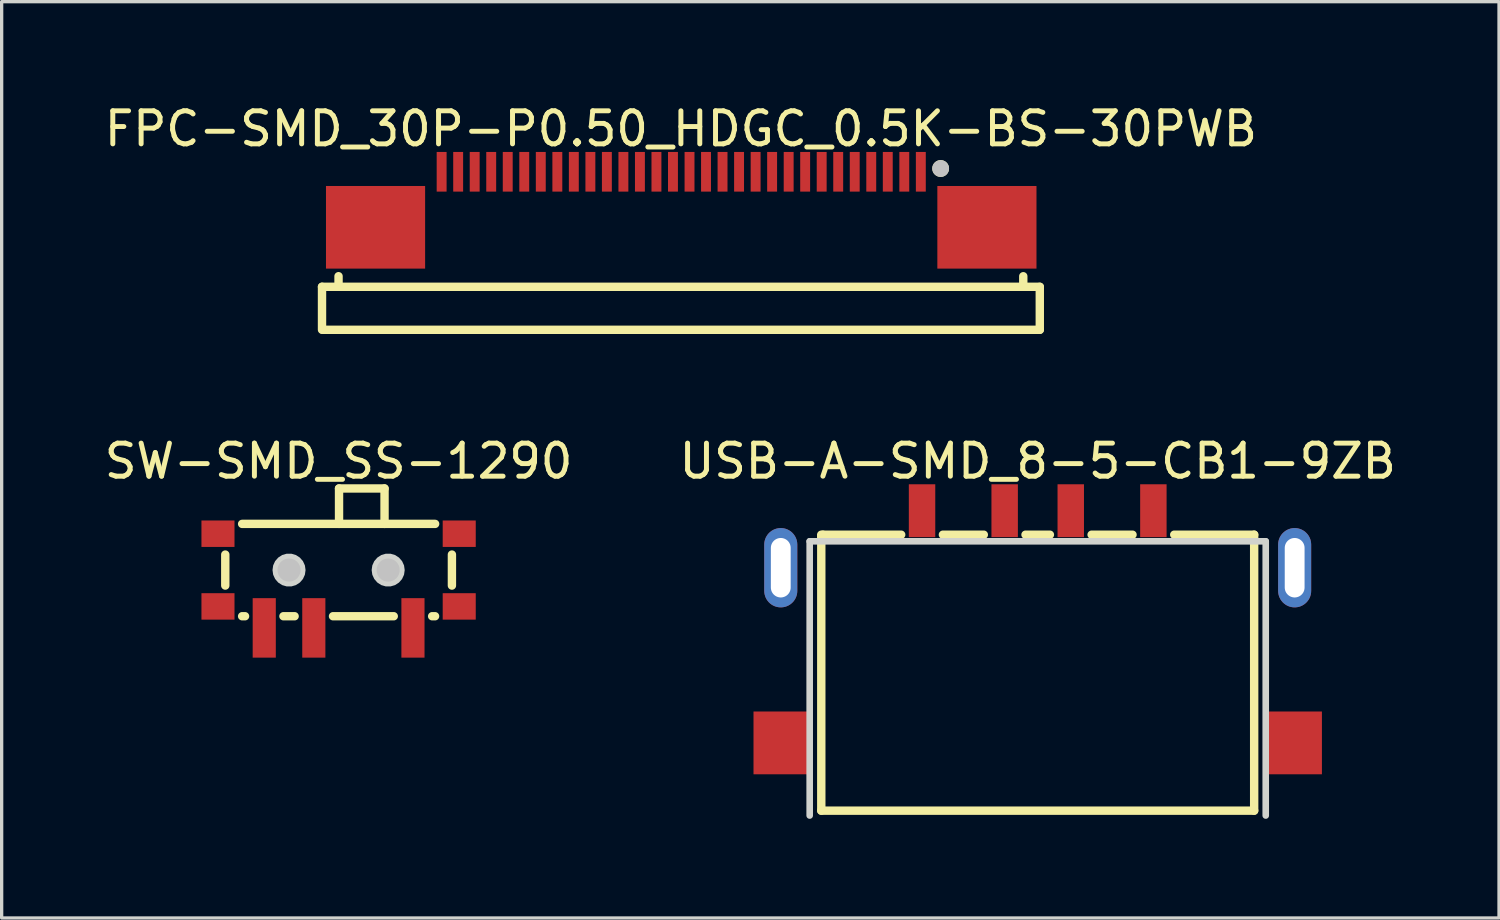
<source format=kicad_pcb>
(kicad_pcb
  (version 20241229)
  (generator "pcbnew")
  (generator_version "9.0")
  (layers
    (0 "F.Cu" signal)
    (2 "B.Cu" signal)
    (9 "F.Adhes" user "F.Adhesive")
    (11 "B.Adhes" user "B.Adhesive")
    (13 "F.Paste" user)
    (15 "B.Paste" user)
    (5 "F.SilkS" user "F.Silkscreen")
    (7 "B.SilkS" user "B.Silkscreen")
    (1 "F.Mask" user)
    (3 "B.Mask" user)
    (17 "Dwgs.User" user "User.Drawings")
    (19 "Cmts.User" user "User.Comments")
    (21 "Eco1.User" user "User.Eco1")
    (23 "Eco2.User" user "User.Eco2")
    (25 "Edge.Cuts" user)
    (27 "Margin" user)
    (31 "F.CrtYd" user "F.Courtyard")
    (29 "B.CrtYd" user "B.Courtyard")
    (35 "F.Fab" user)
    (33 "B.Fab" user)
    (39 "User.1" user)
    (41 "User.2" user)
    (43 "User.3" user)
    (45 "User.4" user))
  (footprint "FPC-SMD_30P-P0.50_HDGC_0.5K-BS-30PWB"
    (layer "F.Cu")
    (at 17.564 2.988)
    (property "Reference" "FPC-SMD_30P-P0.50_HDGC_0.5K-BS-30PWB" (at -0.01 -2.14 0) (unlocked yes) (layer "F.SilkS") (effects (font (size 1 1) (thickness 0.15))))
    (fp_line (start -10.87 2.64) (end -10.37 2.64) (stroke (width 0.254) (type default)) (layer "F.SilkS"))
    (fp_line (start -10.87 3.94) (end -10.87 2.64) (stroke (width 0.254) (type default)) (layer "F.SilkS"))
    (fp_line (start -10.37 2.64) (end -10.37 2.32) (stroke (width 0.254) (type default)) (layer "F.SilkS"))
    (fp_line (start -10.35 2.641) (end 10.35 2.641) (stroke (width 0.254) (type default)) (layer "F.SilkS"))
    (fp_line (start 10.35 2.641) (end 10.35 2.321) (stroke (width 0.254) (type default)) (layer "F.SilkS"))
    (fp_line (start 10.85 2.641) (end 10.35 2.641) (stroke (width 0.254) (type default)) (layer "F.SilkS"))
    (fp_line (start 10.85 3.941) (end -10.85 3.941) (stroke (width 0.254) (type default)) (layer "F.SilkS"))
    (fp_line (start 10.85 3.941) (end 10.85 2.641) (stroke (width 0.254) (type default)) (layer "F.SilkS"))
    (fp_circle (center 7.85 -0.939) (end 7.977 -0.939) (stroke (width 0.254) (type default)) (fill no) (layer "F.SilkS"))
    (fp_circle (center 7.85 -0.939) (end 7.977 -0.939) (stroke (width 0.254) (type default)) (fill no) (layer "Dwgs.User"))
    (fp_line (start -10.85 -0.428) (end 10.85 -0.428) (stroke (width 0.051) (type default)) (layer "User.2"))
    (fp_line (start -10.85 3.971) (end -10.85 -0.428) (stroke (width 0.051) (type default)) (layer "User.2"))
    (fp_line (start 10.85 -0.428) (end 10.85 3.971) (stroke (width 0.051) (type default)) (layer "User.2"))
    (fp_line (start 10.85 3.971) (end -10.85 3.971) (stroke (width 0.051) (type default)) (layer "User.2"))
    (fp_poly (pts (xy 10.91 -1.329) (xy 10.892 -1.371) (xy 10.85 -1.389) (xy 10.808 -1.371) (xy 10.79 -1.329) (xy 10.808 -1.286) (xy 10.85 -1.268) (xy 10.892 -1.286)) (stroke (width 0.1) (type default)) (fill no) (layer "User.3"))
    (pad "1" smd rect (at 7.25 -0.84) (size 0.3 1.2) (layers "F.Cu" "F.Mask" "F.Paste"))
    (pad "2" smd rect (at 6.75 -0.84) (size 0.3 1.2) (layers "F.Cu" "F.Mask" "F.Paste"))
    (pad "3" smd rect (at 6.25 -0.84) (size 0.3 1.2) (layers "F.Cu" "F.Mask" "F.Paste"))
    (pad "4" smd rect (at 5.75 -0.84) (size 0.3 1.2) (layers "F.Cu" "F.Mask" "F.Paste"))
    (pad "5" smd rect (at 5.25 -0.84) (size 0.3 1.2) (layers "F.Cu" "F.Mask" "F.Paste"))
    (pad "6" smd rect (at 4.75 -0.84) (size 0.3 1.2) (layers "F.Cu" "F.Mask" "F.Paste"))
    (pad "7" smd rect (at 4.25 -0.84) (size 0.3 1.2) (layers "F.Cu" "F.Mask" "F.Paste"))
    (pad "8" smd rect (at 3.75 -0.84) (size 0.3 1.2) (layers "F.Cu" "F.Mask" "F.Paste"))
    (pad "9" smd rect (at 3.251 -0.84) (size 0.3 1.2) (layers "F.Cu" "F.Mask" "F.Paste"))
    (pad "10" smd rect (at 2.75 -0.84) (size 0.3 1.2) (layers "F.Cu" "F.Mask" "F.Paste"))
    (pad "11" smd rect (at 2.251 -0.84) (size 0.3 1.2) (layers "F.Cu" "F.Mask" "F.Paste"))
    (pad "12" smd rect (at 1.75 -0.84) (size 0.3 1.2) (layers "F.Cu" "F.Mask" "F.Paste"))
    (pad "13" smd rect (at 1.25 -0.84) (size 0.3 1.2) (layers "F.Cu" "F.Mask" "F.Paste"))
    (pad "14" smd rect (at 0.75 -0.84) (size 0.3 1.2) (layers "F.Cu" "F.Mask" "F.Paste"))
    (pad "15" smd rect (at 0.251 -0.84) (size 0.3 1.2) (layers "F.Cu" "F.Mask" "F.Paste"))
    (pad "16" smd rect (at -0.25 -0.84) (size 0.3 1.2) (layers "F.Cu" "F.Mask" "F.Paste"))
    (pad "17" smd rect (at -0.75 -0.84) (size 0.3 1.2) (layers "F.Cu" "F.Mask" "F.Paste"))
    (pad "18" smd rect (at -1.25 -0.84) (size 0.3 1.2) (layers "F.Cu" "F.Mask" "F.Paste"))
    (pad "19" smd rect (at -1.75 -0.84) (size 0.3 1.2) (layers "F.Cu" "F.Mask" "F.Paste"))
    (pad "20" smd rect (at -2.25 -0.84) (size 0.3 1.2) (layers "F.Cu" "F.Mask" "F.Paste"))
    (pad "21" smd rect (at -2.749 -0.84) (size 0.3 1.2) (layers "F.Cu" "F.Mask" "F.Paste"))
    (pad "22" smd rect (at -3.25 -0.84) (size 0.3 1.2) (layers "F.Cu" "F.Mask" "F.Paste"))
    (pad "23" smd rect (at -3.749 -0.84) (size 0.3 1.2) (layers "F.Cu" "F.Mask" "F.Paste"))
    (pad "24" smd rect (at -4.25 -0.84) (size 0.3 1.2) (layers "F.Cu" "F.Mask" "F.Paste"))
    (pad "25" smd rect (at -4.75 -0.84) (size 0.3 1.2) (layers "F.Cu" "F.Mask" "F.Paste"))
    (pad "26" smd rect (at -5.25 -0.84) (size 0.3 1.2) (layers "F.Cu" "F.Mask" "F.Paste"))
    (pad "27" smd rect (at -5.75 -0.84) (size 0.3 1.2) (layers "F.Cu" "F.Mask" "F.Paste"))
    (pad "28" smd rect (at -6.25 -0.84) (size 0.3 1.2) (layers "F.Cu" "F.Mask" "F.Paste"))
    (pad "29" smd rect (at -6.75 -0.84) (size 0.3 1.2) (layers "F.Cu" "F.Mask" "F.Paste"))
    (pad "30" smd rect (at -7.25 -0.84) (size 0.3 1.2) (layers "F.Cu" "F.Mask" "F.Paste"))
    (pad "31" smd rect (at -9.25 0.84) (size 3 2.5) (layers "F.Cu" "F.Mask" "F.Paste"))
    (pad "32" smd rect (at 9.25 0.84) (size 3 2.5) (layers "F.Cu" "F.Mask" "F.Paste")))
  (footprint "SW-SMD_SS-1290"
    (layer "F.Cu")
    (at 7.196 14.525)
    (property "Reference" "SW-SMD_SS-1290" (at 0 -3.621 0) (unlocked yes) (layer "F.SilkS") (effects (font (size 1 1) (thickness 0.15))))
    (fp_line (start -3.429 -0.794) (end -3.429 0.144) (stroke (width 0.254) (type default)) (layer "F.SilkS"))
    (fp_line (start -2.919 1.072) (end -2.831 1.072) (stroke (width 0.254) (type default)) (layer "F.SilkS"))
    (fp_line (start -1.669 1.072) (end -1.331 1.072) (stroke (width 0.254) (type default)) (layer "F.SilkS"))
    (fp_line (start -0.169 1.072) (end 1.669 1.072) (stroke (width 0.254) (type default)) (layer "F.SilkS"))
    (fp_line (start 0.013 -2.794) (end 1.39 -2.794) (stroke (width 0.254) (type default)) (layer "F.SilkS"))
    (fp_line (start 0.013 -1.722) (end 0.013 -2.794) (stroke (width 0.254) (type default)) (layer "F.SilkS"))
    (fp_line (start 1.39 -2.794) (end 1.39 -1.722) (stroke (width 0.254) (type default)) (layer "F.SilkS"))
    (fp_line (start 2.831 1.072) (end 2.919 1.072) (stroke (width 0.254) (type default)) (layer "F.SilkS"))
    (fp_line (start 2.921 -1.722) (end -2.919 -1.722) (stroke (width 0.254) (type default)) (layer "F.SilkS"))
    (fp_line (start 3.429 -0.794) (end 3.429 0.144) (stroke (width 0.254) (type default)) (layer "F.SilkS"))
    (fp_circle (center -1.5 -0.325) (end -1.325 -0.325) (stroke (width 0.35) (type default)) (fill no) (layer "Dwgs.User"))
    (fp_circle (center 1.5 -0.325) (end 1.675 -0.325) (stroke (width 0.35) (type default)) (fill no) (layer "Dwgs.User"))
    (fp_poly (pts (xy -1 -0.325) (xy -1.02 -0.466) (xy -1.079 -0.595) (xy -1.173 -0.703) (xy -1.292 -0.78) (xy -1.429 -0.82) (xy -1.571 -0.82) (xy -1.708 -0.78) (xy -1.827 -0.703) (xy -1.921 -0.595) (xy -1.98 -0.466) (xy -2 -0.325) (xy -1.98 -0.184) (xy -1.921 -0.055) (xy -1.827 0.053) (xy -1.708 0.13) (xy -1.571 0.17) (xy -1.429 0.17) (xy -1.292 0.13) (xy -1.173 0.053) (xy -1.079 -0.055) (xy -1.02 -0.184)) (stroke (width 0) (type default)) (fill yes) (layer "Edge.Cuts"))
    (fp_poly (pts (xy 2 -0.325) (xy 1.98 -0.466) (xy 1.921 -0.595) (xy 1.827 -0.703) (xy 1.708 -0.78) (xy 1.571 -0.82) (xy 1.429 -0.82) (xy 1.292 -0.78) (xy 1.173 -0.703) (xy 1.079 -0.595) (xy 1.02 -0.466) (xy 1 -0.325) (xy 1.02 -0.184) (xy 1.079 -0.055) (xy 1.173 0.053) (xy 1.292 0.13) (xy 1.429 0.17) (xy 1.571 0.17) (xy 1.708 0.13) (xy 1.827 0.053) (xy 1.921 -0.055) (xy 1.98 -0.184)) (stroke (width 0) (type default)) (fill yes) (layer "Edge.Cuts"))
    (fp_line (start -3.301 -1.688) (end 0.088 -1.688) (stroke (width 0.051) (type default)) (layer "User.2"))
    (fp_line (start -3.301 0.117) (end -3.301 -1.688) (stroke (width 0.051) (type default)) (layer "User.2"))
    (fp_line (start -3.301 1.06) (end -3.301 0.117) (stroke (width 0.051) (type default)) (layer "User.2"))
    (fp_line (start 0.088 -2.79) (end 1.371 -2.79) (stroke (width 0.051) (type default)) (layer "User.2"))
    (fp_line (start 0.088 -1.688) (end 0.088 -2.79) (stroke (width 0.051) (type default)) (layer "User.2"))
    (fp_line (start 1.371 -2.79) (end 1.371 -1.694) (stroke (width 0.051) (type default)) (layer "User.2"))
    (fp_line (start 1.371 -1.694) (end 3.29 -1.694) (stroke (width 0.051) (type default)) (layer "User.2"))
    (fp_line (start 3.29 -1.694) (end 3.29 1.06) (stroke (width 0.051) (type default)) (layer "User.2"))
    (fp_line (start 3.29 1.06) (end -3.301 1.06) (stroke (width 0.051) (type default)) (layer "User.2"))
    (fp_poly (pts (xy -3.862 2.045) (xy -3.88 2.002) (xy -3.922 1.984) (xy -3.964 2.002) (xy -3.982 2.045) (xy -3.964 2.087) (xy -3.922 2.104) (xy -3.88 2.087)) (stroke (width 0.1) (type default)) (fill no) (layer "User.3"))
    (pad "1" smd rect (at -2.25 1.425) (size 0.7 1.8) (layers "F.Cu" "F.Mask" "F.Paste"))
    (pad "2" smd rect (at -0.75 1.425) (size 0.7 1.8) (layers "F.Cu" "F.Mask" "F.Paste"))
    (pad "3" smd rect (at 2.25 1.425) (size 0.7 1.8) (layers "F.Cu" "F.Mask" "F.Paste"))
    (pad "4" smd rect (at -3.65 0.775 90) (size 0.8 1) (layers "F.Cu" "F.Mask" "F.Paste"))
    (pad "5" smd rect (at -3.65 -1.425 90) (size 0.8 1) (layers "F.Cu" "F.Mask" "F.Paste"))
    (pad "6" smd rect (at 3.65 0.775 90) (size 0.8 1) (layers "F.Cu" "F.Mask" "F.Paste"))
    (pad "7" smd rect (at 3.65 -1.425 90) (size 0.8 1) (layers "F.Cu" "F.Mask" "F.Paste")))
  (footprint "USB-A-SMD_8-5-CB1-9ZB"
    (layer "F.Cu")
    (at 28.351 15.917)
    (property "Reference" "USB-A-SMD_8-5-CB1-9ZB" (at 0 -5.013 0) (unlocked yes) (layer "F.SilkS") (effects (font (size 1 1) (thickness 0.15))))
    (fp_line (start -6.55 -2.787) (end -4.131 -2.787) (stroke (width 0.254) (type default)) (layer "F.SilkS"))
    (fp_line (start -6.549 -2.74) (end -6.502 -2.787) (stroke (width 0.254) (type default)) (layer "F.SilkS"))
    (fp_line (start -6.549 5.563) (end -6.549 -2.74) (stroke (width 0.254) (type default)) (layer "F.SilkS"))
    (fp_line (start -2.869 -2.787) (end -1.631 -2.787) (stroke (width 0.254) (type default)) (layer "F.SilkS"))
    (fp_line (start -0.369 -2.787) (end 0.369 -2.787) (stroke (width 0.254) (type default)) (layer "F.SilkS"))
    (fp_line (start 1.631 -2.787) (end 2.869 -2.787) (stroke (width 0.254) (type default)) (layer "F.SilkS"))
    (fp_line (start 4.131 -2.787) (end 6.55 -2.787) (stroke (width 0.254) (type default)) (layer "F.SilkS"))
    (fp_line (start 6.55 -2.787) (end 6.55 5.563) (stroke (width 0.254) (type default)) (layer "F.SilkS"))
    (fp_line (start 6.55 5.563) (end -6.549 5.563) (stroke (width 0.254) (type default)) (layer "F.SilkS"))
    (fp_line (start -6.9 -2.587) (end -6.9 5.711) (stroke (width 0.2) (type default)) (layer "Edge.Cuts"))
    (fp_line (start 6.9 -2.587) (end -6.9 -2.587) (stroke (width 0.2) (type default)) (layer "Edge.Cuts"))
    (fp_line (start 6.9 5.711) (end 6.9 -2.587) (stroke (width 0.2) (type default)) (layer "Edge.Cuts"))
    (fp_line (start -6.55 -2.788) (end 6.55 -2.788) (stroke (width 0.051) (type default)) (layer "User.2"))
    (fp_line (start -6.55 5.713) (end -6.55 -2.788) (stroke (width 0.051) (type default)) (layer "User.2"))
    (fp_line (start 6.55 -2.788) (end 6.55 5.713) (stroke (width 0.051) (type default)) (layer "User.2"))
    (fp_line (start 6.55 5.713) (end -6.55 5.713) (stroke (width 0.051) (type default)) (layer "User.2"))
    (pad "1" smd rect (at -3.5 -3.513) (size 0.8 1.6) (layers "F.Cu" "F.Mask" "F.Paste"))
    (pad "2" smd rect (at -1 -3.513) (size 0.8 1.6) (layers "F.Cu" "F.Mask" "F.Paste"))
    (pad "3" smd rect (at 1 -3.513) (size 0.8 1.6) (layers "F.Cu" "F.Mask" "F.Paste"))
    (pad "4" smd rect (at 3.5 -3.513) (size 0.8 1.6) (layers "F.Cu" "F.Mask" "F.Paste"))
    (pad "5" thru_hole oval (at -7.775 -1.788) (size 1 2.4) (drill oval 0.6 1.8) (layers "*.Cu" "*.Mask"))
    (pad "6" thru_hole oval (at 7.775 -1.788) (size 1 2.4) (drill oval 0.6 1.8) (layers "*.Cu" "*.Mask"))
    (pad "7" smd rect (at -7.75 3.513) (size 1.7 1.9) (layers "F.Cu" "F.Mask" "F.Paste"))
    (pad "8" smd rect (at 7.75 3.513) (size 1.7 1.9) (layers "F.Cu" "F.Mask" "F.Paste")))
  (gr_rect
    (start -3 -3)
    (end 42.31 24.728)
    (stroke (width 0.1) (type default))
    (fill no)
    (layer "Edge.Cuts")))
</source>
